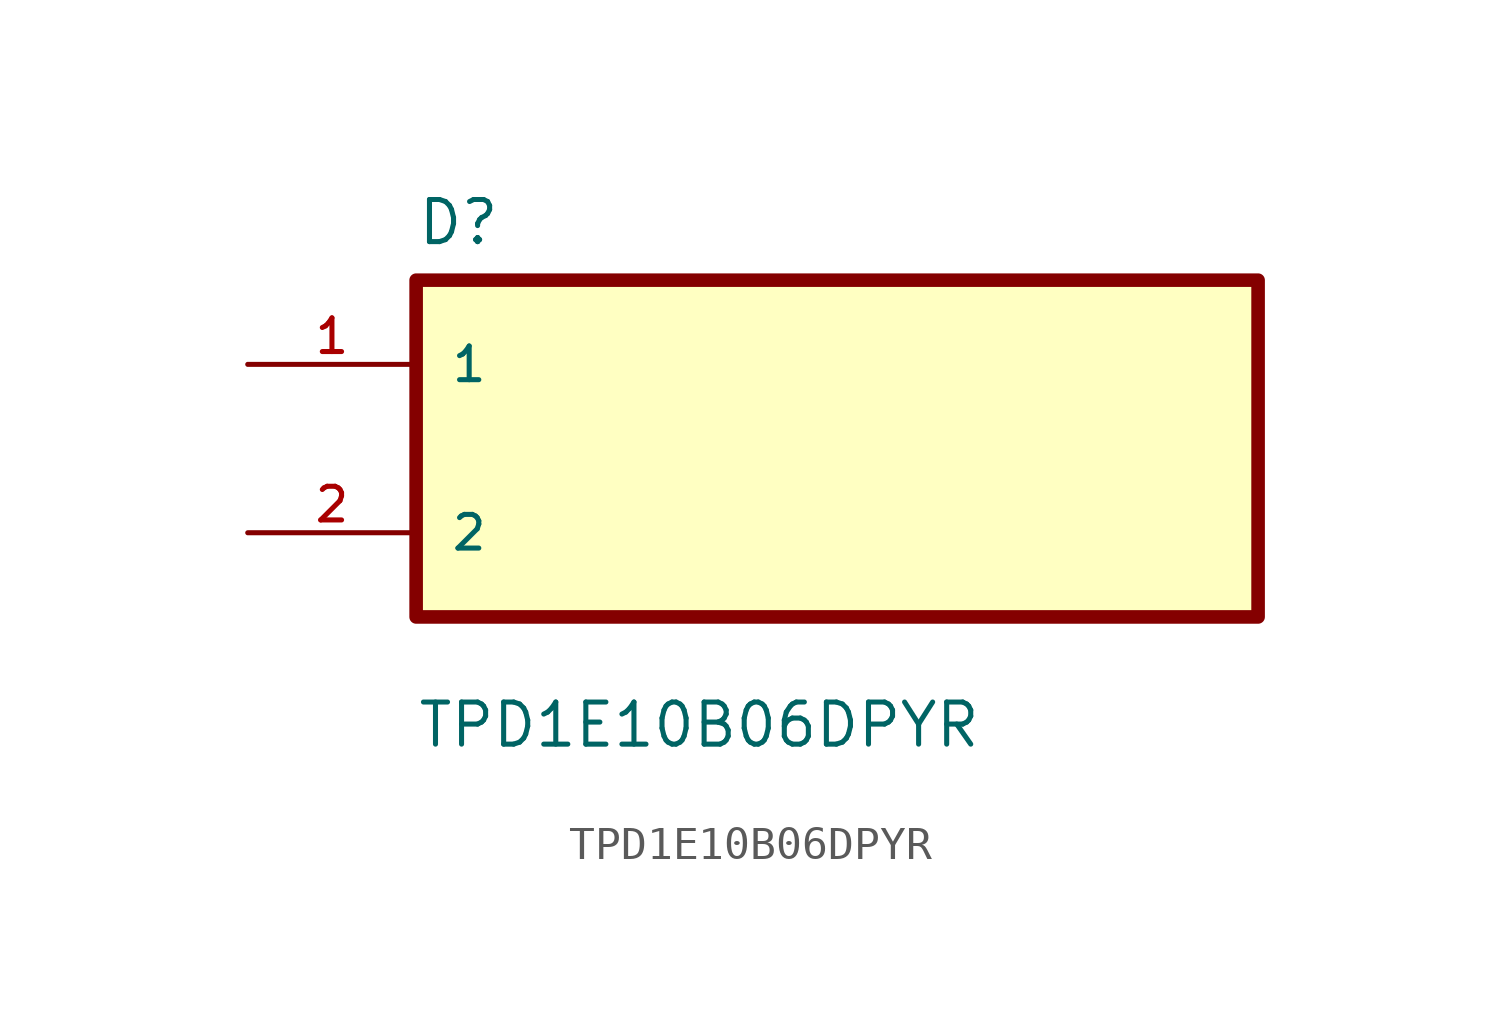
<source format=kicad_sym>
(kicad_symbol_lib
  (version 20211014)
  (generator kicad_symbol_editor)
  (symbol "TPD1E10B06DPYR"
    (pin_names
      (offset 1.016))
    (property "Reference" "D"
      (at -12.7 6.08 0.0)
      (effects (font (size 1.27 1.27)) (justify bottom left)))
    (property "Value" "TPD1E10B06DPYR"
      (at -12.7 -9.08 0.0)
      (effects (font (size 1.27 1.27)) (justify bottom left)))
    (symbol "TPD1E10B06DPYR_0_0"
      (rectangle (start -12.7 -5.08) (end 12.7 5.08) (stroke (width 0.41)) (fill (type background)))
      (pin bidirectional line (at -17.78 2.54 0) (length 5.08) (name "1" (effects (font (size 1.016 1.016)))) (number "1" (effects (font (size 1.016 1.016)))))
      (pin bidirectional line (at -17.78 -2.54 0) (length 5.08) (name "2" (effects (font (size 1.016 1.016)))) (number "2" (effects (font (size 1.016 1.016))))))))
</source>
